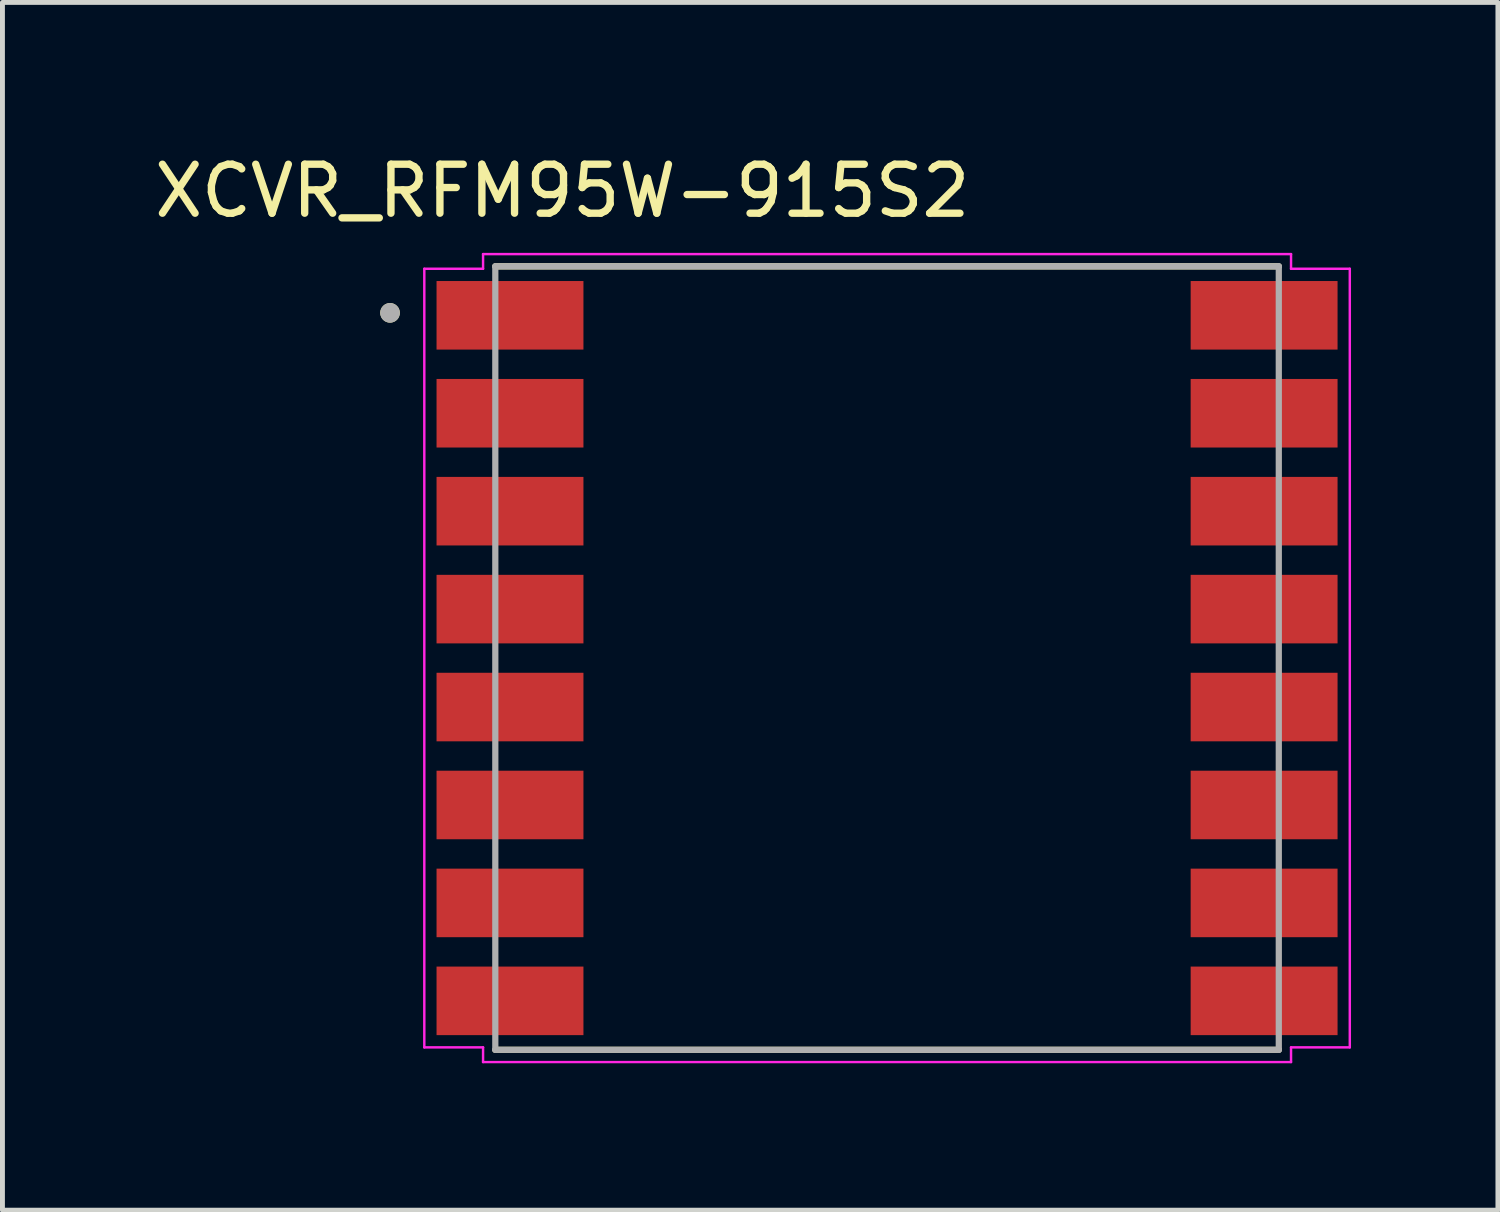
<source format=kicad_pcb>
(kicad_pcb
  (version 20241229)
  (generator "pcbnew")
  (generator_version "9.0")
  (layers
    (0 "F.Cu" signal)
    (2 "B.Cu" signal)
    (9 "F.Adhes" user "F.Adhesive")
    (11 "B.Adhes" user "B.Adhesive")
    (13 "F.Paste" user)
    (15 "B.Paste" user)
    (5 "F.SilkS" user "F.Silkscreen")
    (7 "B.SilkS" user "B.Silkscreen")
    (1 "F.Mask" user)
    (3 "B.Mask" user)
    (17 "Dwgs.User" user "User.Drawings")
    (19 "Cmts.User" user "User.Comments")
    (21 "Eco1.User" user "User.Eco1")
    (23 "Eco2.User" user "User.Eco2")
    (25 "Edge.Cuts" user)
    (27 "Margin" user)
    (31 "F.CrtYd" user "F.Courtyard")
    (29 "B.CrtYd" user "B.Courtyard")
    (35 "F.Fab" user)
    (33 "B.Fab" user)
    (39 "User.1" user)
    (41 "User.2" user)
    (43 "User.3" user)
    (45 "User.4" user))
  (footprint "XCVR_RFM95W-915S2"
    (layer "F.Cu")
    (at 15.065 10.389)
    (property "Reference" "XCVR_RFM95W-915S2" (at -6.631 -9.54 0) (layer "F.SilkS") (effects (font (size 1 1) (thickness 0.15))))
    (attr smd)
    (fp_line (start -8 -8) (end 8 -8) (stroke (width 0.127) (type solid)) (layer "F.SilkS"))
    (fp_line (start -8 8) (end 8 8) (stroke (width 0.127) (type solid)) (layer "F.SilkS"))
    (fp_circle (center -10.15 -7.05) (end -10.05 -7.05) (stroke (width 0.2) (type solid)) (fill no) (layer "F.SilkS"))
    (fp_line (start -9.45 -7.95) (end -8.25 -7.95) (stroke (width 0.05) (type solid)) (layer "F.CrtYd"))
    (fp_line (start -9.45 7.95) (end -9.45 -7.95) (stroke (width 0.05) (type solid)) (layer "F.CrtYd"))
    (fp_line (start -8.25 -8.25) (end 8.25 -8.25) (stroke (width 0.05) (type solid)) (layer "F.CrtYd"))
    (fp_line (start -8.25 -7.95) (end -8.25 -8.25) (stroke (width 0.05) (type solid)) (layer "F.CrtYd"))
    (fp_line (start -8.25 7.95) (end -9.45 7.95) (stroke (width 0.05) (type solid)) (layer "F.CrtYd"))
    (fp_line (start -8.25 8.25) (end -8.25 7.95) (stroke (width 0.05) (type solid)) (layer "F.CrtYd"))
    (fp_line (start 8.25 -8.25) (end 8.25 -7.95) (stroke (width 0.05) (type solid)) (layer "F.CrtYd"))
    (fp_line (start 8.25 -7.95) (end 9.45 -7.95) (stroke (width 0.05) (type solid)) (layer "F.CrtYd"))
    (fp_line (start 8.25 7.95) (end 8.25 8.25) (stroke (width 0.05) (type solid)) (layer "F.CrtYd"))
    (fp_line (start 8.25 8.25) (end -8.25 8.25) (stroke (width 0.05) (type solid)) (layer "F.CrtYd"))
    (fp_line (start 9.45 -7.95) (end 9.45 7.95) (stroke (width 0.05) (type solid)) (layer "F.CrtYd"))
    (fp_line (start 9.45 7.95) (end 8.25 7.95) (stroke (width 0.05) (type solid)) (layer "F.CrtYd"))
    (fp_line (start -8 -8) (end 8 -8) (stroke (width 0.127) (type solid)) (layer "F.Fab"))
    (fp_line (start -8 8) (end -8 -8) (stroke (width 0.127) (type solid)) (layer "F.Fab"))
    (fp_line (start 8 -8) (end 8 8) (stroke (width 0.127) (type solid)) (layer "F.Fab"))
    (fp_line (start 8 8) (end -8 8) (stroke (width 0.127) (type solid)) (layer "F.Fab"))
    (fp_circle (center -10.15 -7.05) (end -10.05 -7.05) (stroke (width 0.2) (type solid)) (fill no) (layer "F.Fab"))
    (pad "1" smd rect (at -7.7 -7) (size 3 1.4) (layers "F.Cu" "F.Mask" "F.Paste"))
    (pad "2" smd rect (at -7.7 -5) (size 3 1.4) (layers "F.Cu" "F.Mask" "F.Paste"))
    (pad "3" smd rect (at -7.7 -3) (size 3 1.4) (layers "F.Cu" "F.Mask" "F.Paste"))
    (pad "4" smd rect (at -7.7 -1) (size 3 1.4) (layers "F.Cu" "F.Mask" "F.Paste"))
    (pad "5" smd rect (at -7.7 1) (size 3 1.4) (layers "F.Cu" "F.Mask" "F.Paste"))
    (pad "6" smd rect (at -7.7 3) (size 3 1.4) (layers "F.Cu" "F.Mask" "F.Paste"))
    (pad "7" smd rect (at -7.7 5) (size 3 1.4) (layers "F.Cu" "F.Mask" "F.Paste"))
    (pad "8" smd rect (at -7.7 7) (size 3 1.4) (layers "F.Cu" "F.Mask" "F.Paste"))
    (pad "9" smd rect (at 7.7 7) (size 3 1.4) (layers "F.Cu" "F.Mask" "F.Paste"))
    (pad "10" smd rect (at 7.7 5) (size 3 1.4) (layers "F.Cu" "F.Mask" "F.Paste"))
    (pad "11" smd rect (at 7.7 3) (size 3 1.4) (layers "F.Cu" "F.Mask" "F.Paste"))
    (pad "12" smd rect (at 7.7 1) (size 3 1.4) (layers "F.Cu" "F.Mask" "F.Paste"))
    (pad "13" smd rect (at 7.7 -1) (size 3 1.4) (layers "F.Cu" "F.Mask" "F.Paste"))
    (pad "14" smd rect (at 7.7 -3) (size 3 1.4) (layers "F.Cu" "F.Mask" "F.Paste"))
    (pad "15" smd rect (at 7.7 -5) (size 3 1.4) (layers "F.Cu" "F.Mask" "F.Paste"))
    (pad "16" smd rect (at 7.7 -7) (size 3 1.4) (layers "F.Cu" "F.Mask" "F.Paste")))
  (gr_rect
    (start -3 -3)
    (end 27.54 21.664)
    (stroke (width 0.1) (type default))
    (fill no)
    (layer "Edge.Cuts")))
</source>
